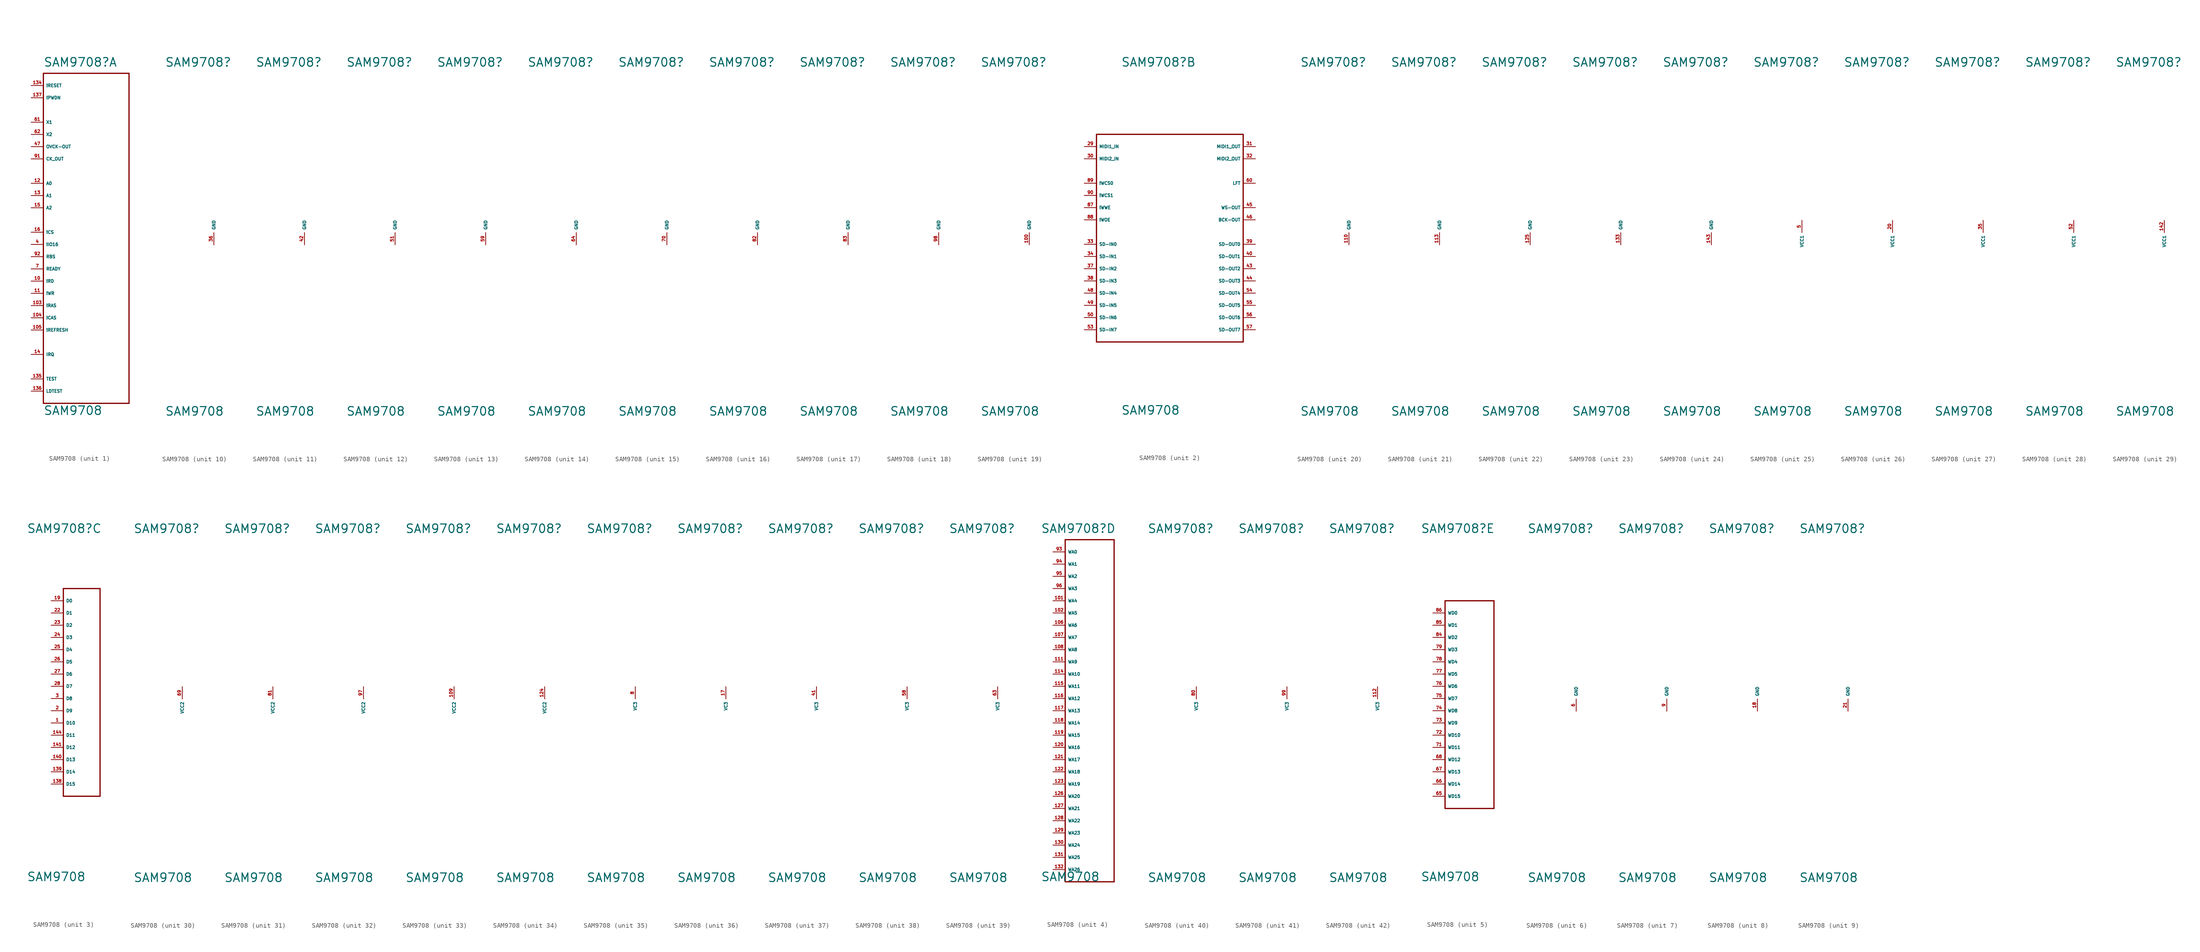
<source format=kicad_sym>
(kicad_symbol_lib
  (version 20220914)
  (generator Eagle2Kicad)
  (symbol "SAM9708"
    (property "Reference" "SAM9708"
      (at -10.16 34.29 0)
      (effects (font (size 1.778 1.778) (thickness 0.22)) (justify left bottom)))
    (property "Value" "SAM9708"
      (at -10.16 -38.1 0)
      (effects (font (size 1.778 1.778) (thickness 0.22)) (justify left bottom)))
    (symbol "SAM9708_1_0"
      (polyline (pts (xy -10.16 33.02) (xy 7.62 33.02)) (stroke (width 0.254) (type default)) (fill (type none)))
      (polyline (pts (xy 7.62 33.02) (xy 7.62 -35.56)) (stroke (width 0.254) (type default)) (fill (type none)))
      (polyline (pts (xy 7.62 -35.56) (xy -10.16 -35.56)) (stroke (width 0.254) (type default)) (fill (type none)))
      (polyline (pts (xy -10.16 -35.56) (xy -10.16 33.02)) (stroke (width 0.254) (type default)) (fill (type none)))
      (pin tri_state line (at -12.7 -7.62 0) (length 2.54) (name "READY" (effects (font (size 0.635 0.635) (thickness 0.08)) (justify left bottom))) (number "7" (effects (font (size 0.635 0.635) (thickness 0.08)) (justify left bottom))))
      (pin input line (at -12.7 -10.16 0) (length 2.54) (name "!RD" (effects (font (size 0.635 0.635) (thickness 0.08)) (justify left bottom))) (number "10" (effects (font (size 0.635 0.635) (thickness 0.08)) (justify left bottom))))
      (pin input line (at -12.7 -12.7 0) (length 2.54) (name "!WR" (effects (font (size 0.635 0.635) (thickness 0.08)) (justify left bottom))) (number "11" (effects (font (size 0.635 0.635) (thickness 0.08)) (justify left bottom))))
      (pin tri_state line (at -12.7 -25.4 0) (length 2.54) (name "IRQ" (effects (font (size 0.635 0.635) (thickness 0.08)) (justify left bottom))) (number "14" (effects (font (size 0.635 0.635) (thickness 0.08)) (justify left bottom))))
      (pin input line (at -12.7 0 0) (length 2.54) (name "!CS" (effects (font (size 0.635 0.635) (thickness 0.08)) (justify left bottom))) (number "16" (effects (font (size 0.635 0.635) (thickness 0.08)) (justify left bottom))))
      (pin output line (at -12.7 17.78 0) (length 2.54) (name "OVCK-OUT" (effects (font (size 0.635 0.635) (thickness 0.08)) (justify left bottom))) (number "47" (effects (font (size 0.635 0.635) (thickness 0.08)) (justify left bottom))))
      (pin output line (at -12.7 22.86 0) (length 2.54) (name "X1" (effects (font (size 0.635 0.635) (thickness 0.08)) (justify left bottom))) (number "61" (effects (font (size 0.635 0.635) (thickness 0.08)) (justify left bottom))))
      (pin input line (at -12.7 20.32 0) (length 2.54) (name "X2" (effects (font (size 0.635 0.635) (thickness 0.08)) (justify left bottom))) (number "62" (effects (font (size 0.635 0.635) (thickness 0.08)) (justify left bottom))))
      (pin input line (at -12.7 30.48 0) (length 2.54) (name "!RESET" (effects (font (size 0.635 0.635) (thickness 0.08)) (justify left bottom))) (number "134" (effects (font (size 0.635 0.635) (thickness 0.08)) (justify left bottom))))
      (pin input line (at -12.7 -30.48 0) (length 2.54) (name "TEST" (effects (font (size 0.635 0.635) (thickness 0.08)) (justify left bottom))) (number "135" (effects (font (size 0.635 0.635) (thickness 0.08)) (justify left bottom))))
      (pin input line (at -12.7 -33.02 0) (length 2.54) (name "LDTEST" (effects (font (size 0.635 0.635) (thickness 0.08)) (justify left bottom))) (number "136" (effects (font (size 0.635 0.635) (thickness 0.08)) (justify left bottom))))
      (pin input line (at -12.7 27.94 0) (length 2.54) (name "!PWDN" (effects (font (size 0.635 0.635) (thickness 0.08)) (justify left bottom))) (number "137" (effects (font (size 0.635 0.635) (thickness 0.08)) (justify left bottom))))
      (pin tri_state line (at -12.7 -2.54 0) (length 2.54) (name "!IO16" (effects (font (size 0.635 0.635) (thickness 0.08)) (justify left bottom))) (number "4" (effects (font (size 0.635 0.635) (thickness 0.08)) (justify left bottom))))
      (pin bidirectional line (at -12.7 -15.24 0) (length 2.54) (name "!RAS" (effects (font (size 0.635 0.635) (thickness 0.08)) (justify left bottom))) (number "103" (effects (font (size 0.635 0.635) (thickness 0.08)) (justify left bottom))))
      (pin bidirectional line (at -12.7 -17.78 0) (length 2.54) (name "!CAS" (effects (font (size 0.635 0.635) (thickness 0.08)) (justify left bottom))) (number "104" (effects (font (size 0.635 0.635) (thickness 0.08)) (justify left bottom))))
      (pin bidirectional line (at -12.7 -20.32 0) (length 2.54) (name "!REFRESH" (effects (font (size 0.635 0.635) (thickness 0.08)) (justify left bottom))) (number "105" (effects (font (size 0.635 0.635) (thickness 0.08)) (justify left bottom))))
      (pin output line (at -12.7 -5.08 0) (length 2.54) (name "RBS" (effects (font (size 0.635 0.635) (thickness 0.08)) (justify left bottom))) (number "92" (effects (font (size 0.635 0.635) (thickness 0.08)) (justify left bottom))))
      (pin output line (at -12.7 15.24 0) (length 2.54) (name "CK_OUT" (effects (font (size 0.635 0.635) (thickness 0.08)) (justify left bottom))) (number "91" (effects (font (size 0.635 0.635) (thickness 0.08)) (justify left bottom))))
      (pin input line (at -12.7 10.16 0) (length 2.54) (name "A0" (effects (font (size 0.635 0.635) (thickness 0.08)) (justify left bottom))) (number "12" (effects (font (size 0.635 0.635) (thickness 0.08)) (justify left bottom))))
      (pin input line (at -12.7 7.62 0) (length 2.54) (name "A1" (effects (font (size 0.635 0.635) (thickness 0.08)) (justify left bottom))) (number "13" (effects (font (size 0.635 0.635) (thickness 0.08)) (justify left bottom))))
      (pin input line (at -12.7 5.08 0) (length 2.54) (name "A2" (effects (font (size 0.635 0.635) (thickness 0.08)) (justify left bottom))) (number "15" (effects (font (size 0.635 0.635) (thickness 0.08)) (justify left bottom)))))
    (symbol "SAM9708_2_0"
      (polyline (pts (xy -15.24 20.32) (xy 15.24 20.32)) (stroke (width 0.254) (type default)) (fill (type none)))
      (polyline (pts (xy 15.24 20.32) (xy 15.24 -22.86)) (stroke (width 0.254) (type default)) (fill (type none)))
      (polyline (pts (xy 15.24 -22.86) (xy -15.24 -22.86)) (stroke (width 0.254) (type default)) (fill (type none)))
      (polyline (pts (xy -15.24 -22.86) (xy -15.24 20.32)) (stroke (width 0.254) (type default)) (fill (type none)))
      (pin input line (at 17.78 17.78 180) (length 2.54) (name "MIDI1_OUT" (effects (font (size 0.635 0.635) (thickness 0.08)) (justify left bottom))) (number "31" (effects (font (size 0.635 0.635) (thickness 0.08)) (justify left bottom))))
      (pin input line (at 17.78 15.24 180) (length 2.54) (name "MIDI2_OUT" (effects (font (size 0.635 0.635) (thickness 0.08)) (justify left bottom))) (number "32" (effects (font (size 0.635 0.635) (thickness 0.08)) (justify left bottom))))
      (pin input line (at -17.78 17.78 0) (length 2.54) (name "MIDI1_IN" (effects (font (size 0.635 0.635) (thickness 0.08)) (justify left bottom))) (number "29" (effects (font (size 0.635 0.635) (thickness 0.08)) (justify left bottom))))
      (pin input line (at -17.78 15.24 0) (length 2.54) (name "MIDI2_IN" (effects (font (size 0.635 0.635) (thickness 0.08)) (justify left bottom))) (number "30" (effects (font (size 0.635 0.635) (thickness 0.08)) (justify left bottom))))
      (pin bidirectional line (at -17.78 -2.54 0) (length 2.54) (name "SD-IN0" (effects (font (size 0.635 0.635) (thickness 0.08)) (justify left bottom))) (number "33" (effects (font (size 0.635 0.635) (thickness 0.08)) (justify left bottom))))
      (pin bidirectional line (at -17.78 -5.08 0) (length 2.54) (name "SD-IN1" (effects (font (size 0.635 0.635) (thickness 0.08)) (justify left bottom))) (number "34" (effects (font (size 0.635 0.635) (thickness 0.08)) (justify left bottom))))
      (pin bidirectional line (at -17.78 -7.62 0) (length 2.54) (name "SD-IN2" (effects (font (size 0.635 0.635) (thickness 0.08)) (justify left bottom))) (number "37" (effects (font (size 0.635 0.635) (thickness 0.08)) (justify left bottom))))
      (pin bidirectional line (at -17.78 -10.16 0) (length 2.54) (name "SD-IN3" (effects (font (size 0.635 0.635) (thickness 0.08)) (justify left bottom))) (number "38" (effects (font (size 0.635 0.635) (thickness 0.08)) (justify left bottom))))
      (pin output line (at 17.78 -2.54 180) (length 2.54) (name "SD-OUT0" (effects (font (size 0.635 0.635) (thickness 0.08)) (justify left bottom))) (number "39" (effects (font (size 0.635 0.635) (thickness 0.08)) (justify left bottom))))
      (pin output line (at 17.78 -5.08 180) (length 2.54) (name "SD-OUT1" (effects (font (size 0.635 0.635) (thickness 0.08)) (justify left bottom))) (number "40" (effects (font (size 0.635 0.635) (thickness 0.08)) (justify left bottom))))
      (pin output line (at 17.78 -7.62 180) (length 2.54) (name "SD-OUT2" (effects (font (size 0.635 0.635) (thickness 0.08)) (justify left bottom))) (number "43" (effects (font (size 0.635 0.635) (thickness 0.08)) (justify left bottom))))
      (pin output line (at 17.78 -10.16 180) (length 2.54) (name "SD-OUT3" (effects (font (size 0.635 0.635) (thickness 0.08)) (justify left bottom))) (number "44" (effects (font (size 0.635 0.635) (thickness 0.08)) (justify left bottom))))
      (pin output line (at 17.78 5.08 180) (length 2.54) (name "WS-OUT" (effects (font (size 0.635 0.635) (thickness 0.08)) (justify left bottom))) (number "45" (effects (font (size 0.635 0.635) (thickness 0.08)) (justify left bottom))))
      (pin output line (at 17.78 2.54 180) (length 2.54) (name "BCK-OUT" (effects (font (size 0.635 0.635) (thickness 0.08)) (justify left bottom))) (number "46" (effects (font (size 0.635 0.635) (thickness 0.08)) (justify left bottom))))
      (pin bidirectional line (at -17.78 -12.7 0) (length 2.54) (name "SD-IN4" (effects (font (size 0.635 0.635) (thickness 0.08)) (justify left bottom))) (number "48" (effects (font (size 0.635 0.635) (thickness 0.08)) (justify left bottom))))
      (pin bidirectional line (at -17.78 -15.24 0) (length 2.54) (name "SD-IN5" (effects (font (size 0.635 0.635) (thickness 0.08)) (justify left bottom))) (number "49" (effects (font (size 0.635 0.635) (thickness 0.08)) (justify left bottom))))
      (pin bidirectional line (at -17.78 -17.78 0) (length 2.54) (name "SD-IN6" (effects (font (size 0.635 0.635) (thickness 0.08)) (justify left bottom))) (number "50" (effects (font (size 0.635 0.635) (thickness 0.08)) (justify left bottom))))
      (pin bidirectional line (at -17.78 -20.32 0) (length 2.54) (name "SD-IN7" (effects (font (size 0.635 0.635) (thickness 0.08)) (justify left bottom))) (number "53" (effects (font (size 0.635 0.635) (thickness 0.08)) (justify left bottom))))
      (pin output line (at 17.78 -12.7 180) (length 2.54) (name "SD-OUT4" (effects (font (size 0.635 0.635) (thickness 0.08)) (justify left bottom))) (number "54" (effects (font (size 0.635 0.635) (thickness 0.08)) (justify left bottom))))
      (pin output line (at 17.78 -15.24 180) (length 2.54) (name "SD-OUT5" (effects (font (size 0.635 0.635) (thickness 0.08)) (justify left bottom))) (number "55" (effects (font (size 0.635 0.635) (thickness 0.08)) (justify left bottom))))
      (pin output line (at 17.78 -17.78 180) (length 2.54) (name "SD-OUT6" (effects (font (size 0.635 0.635) (thickness 0.08)) (justify left bottom))) (number "56" (effects (font (size 0.635 0.635) (thickness 0.08)) (justify left bottom))))
      (pin output line (at 17.78 -20.32 180) (length 2.54) (name "SD-OUT7" (effects (font (size 0.635 0.635) (thickness 0.08)) (justify left bottom))) (number "57" (effects (font (size 0.635 0.635) (thickness 0.08)) (justify left bottom))))
      (pin passive line (at 17.78 10.16 180) (length 2.54) (name "LFT" (effects (font (size 0.635 0.635) (thickness 0.08)) (justify left bottom))) (number "60" (effects (font (size 0.635 0.635) (thickness 0.08)) (justify left bottom))))
      (pin output line (at -17.78 10.16 0) (length 2.54) (name "!WCS0" (effects (font (size 0.635 0.635) (thickness 0.08)) (justify left bottom))) (number "89" (effects (font (size 0.635 0.635) (thickness 0.08)) (justify left bottom))))
      (pin output line (at -17.78 7.62 0) (length 2.54) (name "!WCS1" (effects (font (size 0.635 0.635) (thickness 0.08)) (justify left bottom))) (number "90" (effects (font (size 0.635 0.635) (thickness 0.08)) (justify left bottom))))
      (pin output line (at -17.78 5.08 0) (length 2.54) (name "!WWE" (effects (font (size 0.635 0.635) (thickness 0.08)) (justify left bottom))) (number "87" (effects (font (size 0.635 0.635) (thickness 0.08)) (justify left bottom))))
      (pin output line (at -17.78 2.54 0) (length 2.54) (name "!WOE" (effects (font (size 0.635 0.635) (thickness 0.08)) (justify left bottom))) (number "88" (effects (font (size 0.635 0.635) (thickness 0.08)) (justify left bottom)))))
    (symbol "SAM9708_3_0"
      (polyline (pts (xy -2.54 22.86) (xy 5.08 22.86)) (stroke (width 0.254) (type default)) (fill (type none)))
      (polyline (pts (xy 5.08 22.86) (xy 5.08 -20.32)) (stroke (width 0.254) (type default)) (fill (type none)))
      (polyline (pts (xy 5.08 -20.32) (xy -2.54 -20.32)) (stroke (width 0.254) (type default)) (fill (type none)))
      (polyline (pts (xy -2.54 -20.32) (xy -2.54 22.86)) (stroke (width 0.254) (type default)) (fill (type none)))
      (pin tri_state line (at -5.08 20.32 0) (length 2.54) (name "D0" (effects (font (size 0.635 0.635) (thickness 0.08)) (justify left bottom))) (number "19" (effects (font (size 0.635 0.635) (thickness 0.08)) (justify left bottom))))
      (pin tri_state line (at -5.08 17.78 0) (length 2.54) (name "D1" (effects (font (size 0.635 0.635) (thickness 0.08)) (justify left bottom))) (number "22" (effects (font (size 0.635 0.635) (thickness 0.08)) (justify left bottom))))
      (pin tri_state line (at -5.08 15.24 0) (length 2.54) (name "D2" (effects (font (size 0.635 0.635) (thickness 0.08)) (justify left bottom))) (number "23" (effects (font (size 0.635 0.635) (thickness 0.08)) (justify left bottom))))
      (pin tri_state line (at -5.08 12.7 0) (length 2.54) (name "D3" (effects (font (size 0.635 0.635) (thickness 0.08)) (justify left bottom))) (number "24" (effects (font (size 0.635 0.635) (thickness 0.08)) (justify left bottom))))
      (pin tri_state line (at -5.08 10.16 0) (length 2.54) (name "D4" (effects (font (size 0.635 0.635) (thickness 0.08)) (justify left bottom))) (number "25" (effects (font (size 0.635 0.635) (thickness 0.08)) (justify left bottom))))
      (pin tri_state line (at -5.08 7.62 0) (length 2.54) (name "D5" (effects (font (size 0.635 0.635) (thickness 0.08)) (justify left bottom))) (number "26" (effects (font (size 0.635 0.635) (thickness 0.08)) (justify left bottom))))
      (pin tri_state line (at -5.08 5.08 0) (length 2.54) (name "D6" (effects (font (size 0.635 0.635) (thickness 0.08)) (justify left bottom))) (number "27" (effects (font (size 0.635 0.635) (thickness 0.08)) (justify left bottom))))
      (pin tri_state line (at -5.08 2.54 0) (length 2.54) (name "D7" (effects (font (size 0.635 0.635) (thickness 0.08)) (justify left bottom))) (number "28" (effects (font (size 0.635 0.635) (thickness 0.08)) (justify left bottom))))
      (pin tri_state line (at -5.08 0 0) (length 2.54) (name "D8" (effects (font (size 0.635 0.635) (thickness 0.08)) (justify left bottom))) (number "3" (effects (font (size 0.635 0.635) (thickness 0.08)) (justify left bottom))))
      (pin tri_state line (at -5.08 -2.54 0) (length 2.54) (name "D9" (effects (font (size 0.635 0.635) (thickness 0.08)) (justify left bottom))) (number "2" (effects (font (size 0.635 0.635) (thickness 0.08)) (justify left bottom))))
      (pin tri_state line (at -5.08 -5.08 0) (length 2.54) (name "D10" (effects (font (size 0.635 0.635) (thickness 0.08)) (justify left bottom))) (number "1" (effects (font (size 0.635 0.635) (thickness 0.08)) (justify left bottom))))
      (pin tri_state line (at -5.08 -7.62 0) (length 2.54) (name "D11" (effects (font (size 0.635 0.635) (thickness 0.08)) (justify left bottom))) (number "144" (effects (font (size 0.635 0.635) (thickness 0.08)) (justify left bottom))))
      (pin tri_state line (at -5.08 -10.16 0) (length 2.54) (name "D12" (effects (font (size 0.635 0.635) (thickness 0.08)) (justify left bottom))) (number "141" (effects (font (size 0.635 0.635) (thickness 0.08)) (justify left bottom))))
      (pin tri_state line (at -5.08 -12.7 0) (length 2.54) (name "D13" (effects (font (size 0.635 0.635) (thickness 0.08)) (justify left bottom))) (number "140" (effects (font (size 0.635 0.635) (thickness 0.08)) (justify left bottom))))
      (pin tri_state line (at -5.08 -15.24 0) (length 2.54) (name "D14" (effects (font (size 0.635 0.635) (thickness 0.08)) (justify left bottom))) (number "139" (effects (font (size 0.635 0.635) (thickness 0.08)) (justify left bottom))))
      (pin tri_state line (at -5.08 -17.78 0) (length 2.54) (name "D15" (effects (font (size 0.635 0.635) (thickness 0.08)) (justify left bottom))) (number "138" (effects (font (size 0.635 0.635) (thickness 0.08)) (justify left bottom)))))
    (symbol "SAM9708_4_0"
      (polyline (pts (xy -5.08 33.02) (xy 5.08 33.02)) (stroke (width 0.254) (type default)) (fill (type none)))
      (polyline (pts (xy 5.08 33.02) (xy 5.08 -38.1)) (stroke (width 0.254) (type default)) (fill (type none)))
      (polyline (pts (xy 5.08 -38.1) (xy -5.08 -38.1)) (stroke (width 0.254) (type default)) (fill (type none)))
      (polyline (pts (xy -5.08 -38.1) (xy -5.08 33.02)) (stroke (width 0.254) (type default)) (fill (type none)))
      (pin output line (at -7.62 30.48 0) (length 2.54) (name "WA0" (effects (font (size 0.635 0.635) (thickness 0.08)) (justify left bottom))) (number "93" (effects (font (size 0.635 0.635) (thickness 0.08)) (justify left bottom))))
      (pin output line (at -7.62 27.94 0) (length 2.54) (name "WA1" (effects (font (size 0.635 0.635) (thickness 0.08)) (justify left bottom))) (number "94" (effects (font (size 0.635 0.635) (thickness 0.08)) (justify left bottom))))
      (pin output line (at -7.62 25.4 0) (length 2.54) (name "WA2" (effects (font (size 0.635 0.635) (thickness 0.08)) (justify left bottom))) (number "95" (effects (font (size 0.635 0.635) (thickness 0.08)) (justify left bottom))))
      (pin output line (at -7.62 22.86 0) (length 2.54) (name "WA3" (effects (font (size 0.635 0.635) (thickness 0.08)) (justify left bottom))) (number "96" (effects (font (size 0.635 0.635) (thickness 0.08)) (justify left bottom))))
      (pin output line (at -7.62 20.32 0) (length 2.54) (name "WA4" (effects (font (size 0.635 0.635) (thickness 0.08)) (justify left bottom))) (number "101" (effects (font (size 0.635 0.635) (thickness 0.08)) (justify left bottom))))
      (pin output line (at -7.62 17.78 0) (length 2.54) (name "WA5" (effects (font (size 0.635 0.635) (thickness 0.08)) (justify left bottom))) (number "102" (effects (font (size 0.635 0.635) (thickness 0.08)) (justify left bottom))))
      (pin output line (at -7.62 15.24 0) (length 2.54) (name "WA6" (effects (font (size 0.635 0.635) (thickness 0.08)) (justify left bottom))) (number "106" (effects (font (size 0.635 0.635) (thickness 0.08)) (justify left bottom))))
      (pin output line (at -7.62 12.7 0) (length 2.54) (name "WA7" (effects (font (size 0.635 0.635) (thickness 0.08)) (justify left bottom))) (number "107" (effects (font (size 0.635 0.635) (thickness 0.08)) (justify left bottom))))
      (pin output line (at -7.62 10.16 0) (length 2.54) (name "WA8" (effects (font (size 0.635 0.635) (thickness 0.08)) (justify left bottom))) (number "108" (effects (font (size 0.635 0.635) (thickness 0.08)) (justify left bottom))))
      (pin output line (at -7.62 7.62 0) (length 2.54) (name "WA9" (effects (font (size 0.635 0.635) (thickness 0.08)) (justify left bottom))) (number "111" (effects (font (size 0.635 0.635) (thickness 0.08)) (justify left bottom))))
      (pin output line (at -7.62 5.08 0) (length 2.54) (name "WA10" (effects (font (size 0.635 0.635) (thickness 0.08)) (justify left bottom))) (number "114" (effects (font (size 0.635 0.635) (thickness 0.08)) (justify left bottom))))
      (pin output line (at -7.62 2.54 0) (length 2.54) (name "WA11" (effects (font (size 0.635 0.635) (thickness 0.08)) (justify left bottom))) (number "115" (effects (font (size 0.635 0.635) (thickness 0.08)) (justify left bottom))))
      (pin output line (at -7.62 0 0) (length 2.54) (name "WA12" (effects (font (size 0.635 0.635) (thickness 0.08)) (justify left bottom))) (number "116" (effects (font (size 0.635 0.635) (thickness 0.08)) (justify left bottom))))
      (pin output line (at -7.62 -2.54 0) (length 2.54) (name "WA13" (effects (font (size 0.635 0.635) (thickness 0.08)) (justify left bottom))) (number "117" (effects (font (size 0.635 0.635) (thickness 0.08)) (justify left bottom))))
      (pin output line (at -7.62 -5.08 0) (length 2.54) (name "WA14" (effects (font (size 0.635 0.635) (thickness 0.08)) (justify left bottom))) (number "118" (effects (font (size 0.635 0.635) (thickness 0.08)) (justify left bottom))))
      (pin output line (at -7.62 -7.62 0) (length 2.54) (name "WA15" (effects (font (size 0.635 0.635) (thickness 0.08)) (justify left bottom))) (number "119" (effects (font (size 0.635 0.635) (thickness 0.08)) (justify left bottom))))
      (pin output line (at -7.62 -10.16 0) (length 2.54) (name "WA16" (effects (font (size 0.635 0.635) (thickness 0.08)) (justify left bottom))) (number "120" (effects (font (size 0.635 0.635) (thickness 0.08)) (justify left bottom))))
      (pin output line (at -7.62 -12.7 0) (length 2.54) (name "WA17" (effects (font (size 0.635 0.635) (thickness 0.08)) (justify left bottom))) (number "121" (effects (font (size 0.635 0.635) (thickness 0.08)) (justify left bottom))))
      (pin output line (at -7.62 -15.24 0) (length 2.54) (name "WA18" (effects (font (size 0.635 0.635) (thickness 0.08)) (justify left bottom))) (number "122" (effects (font (size 0.635 0.635) (thickness 0.08)) (justify left bottom))))
      (pin output line (at -7.62 -17.78 0) (length 2.54) (name "WA19" (effects (font (size 0.635 0.635) (thickness 0.08)) (justify left bottom))) (number "123" (effects (font (size 0.635 0.635) (thickness 0.08)) (justify left bottom))))
      (pin output line (at -7.62 -20.32 0) (length 2.54) (name "WA20" (effects (font (size 0.635 0.635) (thickness 0.08)) (justify left bottom))) (number "126" (effects (font (size 0.635 0.635) (thickness 0.08)) (justify left bottom))))
      (pin output line (at -7.62 -22.86 0) (length 2.54) (name "WA21" (effects (font (size 0.635 0.635) (thickness 0.08)) (justify left bottom))) (number "127" (effects (font (size 0.635 0.635) (thickness 0.08)) (justify left bottom))))
      (pin output line (at -7.62 -25.4 0) (length 2.54) (name "WA22" (effects (font (size 0.635 0.635) (thickness 0.08)) (justify left bottom))) (number "128" (effects (font (size 0.635 0.635) (thickness 0.08)) (justify left bottom))))
      (pin output line (at -7.62 -27.94 0) (length 2.54) (name "WA23" (effects (font (size 0.635 0.635) (thickness 0.08)) (justify left bottom))) (number "129" (effects (font (size 0.635 0.635) (thickness 0.08)) (justify left bottom))))
      (pin output line (at -7.62 -30.48 0) (length 2.54) (name "WA24" (effects (font (size 0.635 0.635) (thickness 0.08)) (justify left bottom))) (number "130" (effects (font (size 0.635 0.635) (thickness 0.08)) (justify left bottom))))
      (pin output line (at -7.62 -33.02 0) (length 2.54) (name "WA25" (effects (font (size 0.635 0.635) (thickness 0.08)) (justify left bottom))) (number "131" (effects (font (size 0.635 0.635) (thickness 0.08)) (justify left bottom))))
      (pin output line (at -7.62 -35.56 0) (length 2.54) (name "WA26" (effects (font (size 0.635 0.635) (thickness 0.08)) (justify left bottom))) (number "132" (effects (font (size 0.635 0.635) (thickness 0.08)) (justify left bottom)))))
    (symbol "SAM9708_5_0"
      (polyline (pts (xy -5.08 20.32) (xy -5.08 -22.86)) (stroke (width 0.254) (type default)) (fill (type none)))
      (polyline (pts (xy -5.08 -22.86) (xy 5.08 -22.86)) (stroke (width 0.254) (type default)) (fill (type none)))
      (polyline (pts (xy 5.08 -22.86) (xy 5.08 20.32)) (stroke (width 0.254) (type default)) (fill (type none)))
      (polyline (pts (xy 5.08 20.32) (xy -5.08 20.32)) (stroke (width 0.254) (type default)) (fill (type none)))
      (pin bidirectional line (at -7.62 17.78 0) (length 2.54) (name "WD0" (effects (font (size 0.635 0.635) (thickness 0.08)) (justify left bottom))) (number "86" (effects (font (size 0.635 0.635) (thickness 0.08)) (justify left bottom))))
      (pin bidirectional line (at -7.62 15.24 0) (length 2.54) (name "WD1" (effects (font (size 0.635 0.635) (thickness 0.08)) (justify left bottom))) (number "85" (effects (font (size 0.635 0.635) (thickness 0.08)) (justify left bottom))))
      (pin bidirectional line (at -7.62 12.7 0) (length 2.54) (name "WD2" (effects (font (size 0.635 0.635) (thickness 0.08)) (justify left bottom))) (number "84" (effects (font (size 0.635 0.635) (thickness 0.08)) (justify left bottom))))
      (pin bidirectional line (at -7.62 10.16 0) (length 2.54) (name "WD3" (effects (font (size 0.635 0.635) (thickness 0.08)) (justify left bottom))) (number "79" (effects (font (size 0.635 0.635) (thickness 0.08)) (justify left bottom))))
      (pin bidirectional line (at -7.62 7.62 0) (length 2.54) (name "WD4" (effects (font (size 0.635 0.635) (thickness 0.08)) (justify left bottom))) (number "78" (effects (font (size 0.635 0.635) (thickness 0.08)) (justify left bottom))))
      (pin bidirectional line (at -7.62 5.08 0) (length 2.54) (name "WD5" (effects (font (size 0.635 0.635) (thickness 0.08)) (justify left bottom))) (number "77" (effects (font (size 0.635 0.635) (thickness 0.08)) (justify left bottom))))
      (pin bidirectional line (at -7.62 2.54 0) (length 2.54) (name "WD6" (effects (font (size 0.635 0.635) (thickness 0.08)) (justify left bottom))) (number "76" (effects (font (size 0.635 0.635) (thickness 0.08)) (justify left bottom))))
      (pin bidirectional line (at -7.62 0 0) (length 2.54) (name "WD7" (effects (font (size 0.635 0.635) (thickness 0.08)) (justify left bottom))) (number "75" (effects (font (size 0.635 0.635) (thickness 0.08)) (justify left bottom))))
      (pin bidirectional line (at -7.62 -2.54 0) (length 2.54) (name "WD8" (effects (font (size 0.635 0.635) (thickness 0.08)) (justify left bottom))) (number "74" (effects (font (size 0.635 0.635) (thickness 0.08)) (justify left bottom))))
      (pin bidirectional line (at -7.62 -5.08 0) (length 2.54) (name "WD9" (effects (font (size 0.635 0.635) (thickness 0.08)) (justify left bottom))) (number "73" (effects (font (size 0.635 0.635) (thickness 0.08)) (justify left bottom))))
      (pin bidirectional line (at -7.62 -7.62 0) (length 2.54) (name "WD10" (effects (font (size 0.635 0.635) (thickness 0.08)) (justify left bottom))) (number "72" (effects (font (size 0.635 0.635) (thickness 0.08)) (justify left bottom))))
      (pin bidirectional line (at -7.62 -10.16 0) (length 2.54) (name "WD11" (effects (font (size 0.635 0.635) (thickness 0.08)) (justify left bottom))) (number "71" (effects (font (size 0.635 0.635) (thickness 0.08)) (justify left bottom))))
      (pin bidirectional line (at -7.62 -12.7 0) (length 2.54) (name "WD12" (effects (font (size 0.635 0.635) (thickness 0.08)) (justify left bottom))) (number "68" (effects (font (size 0.635 0.635) (thickness 0.08)) (justify left bottom))))
      (pin bidirectional line (at -7.62 -15.24 0) (length 2.54) (name "WD13" (effects (font (size 0.635 0.635) (thickness 0.08)) (justify left bottom))) (number "67" (effects (font (size 0.635 0.635) (thickness 0.08)) (justify left bottom))))
      (pin bidirectional line (at -7.62 -17.78 0) (length 2.54) (name "WD14" (effects (font (size 0.635 0.635) (thickness 0.08)) (justify left bottom))) (number "66" (effects (font (size 0.635 0.635) (thickness 0.08)) (justify left bottom))))
      (pin bidirectional line (at -7.62 -20.32 0) (length 2.54) (name "WD15" (effects (font (size 0.635 0.635) (thickness 0.08)) (justify left bottom))) (number "65" (effects (font (size 0.635 0.635) (thickness 0.08)) (justify left bottom)))))
    (symbol "SAM9708_6_0"
      (pin unspecified line (at 0 -2.54 90) (length 2.54) (name "GND" (effects (font (size 0.635 0.635) (thickness 0.08)) (justify left bottom))) (number "6" (effects (font (size 0.635 0.635) (thickness 0.08)) (justify left bottom)))))
    (symbol "SAM9708_7_0"
      (pin unspecified line (at 0 -2.54 90) (length 2.54) (name "GND" (effects (font (size 0.635 0.635) (thickness 0.08)) (justify left bottom))) (number "9" (effects (font (size 0.635 0.635) (thickness 0.08)) (justify left bottom)))))
    (symbol "SAM9708_8_0"
      (pin unspecified line (at 0 -2.54 90) (length 2.54) (name "GND" (effects (font (size 0.635 0.635) (thickness 0.08)) (justify left bottom))) (number "18" (effects (font (size 0.635 0.635) (thickness 0.08)) (justify left bottom)))))
    (symbol "SAM9708_9_0"
      (pin unspecified line (at 0 -2.54 90) (length 2.54) (name "GND" (effects (font (size 0.635 0.635) (thickness 0.08)) (justify left bottom))) (number "21" (effects (font (size 0.635 0.635) (thickness 0.08)) (justify left bottom)))))
    (symbol "SAM9708_10_0"
      (pin unspecified line (at 0 -2.54 90) (length 2.54) (name "GND" (effects (font (size 0.635 0.635) (thickness 0.08)) (justify left bottom))) (number "36" (effects (font (size 0.635 0.635) (thickness 0.08)) (justify left bottom)))))
    (symbol "SAM9708_11_0"
      (pin unspecified line (at 0 -2.54 90) (length 2.54) (name "GND" (effects (font (size 0.635 0.635) (thickness 0.08)) (justify left bottom))) (number "42" (effects (font (size 0.635 0.635) (thickness 0.08)) (justify left bottom)))))
    (symbol "SAM9708_12_0"
      (pin unspecified line (at 0 -2.54 90) (length 2.54) (name "GND" (effects (font (size 0.635 0.635) (thickness 0.08)) (justify left bottom))) (number "51" (effects (font (size 0.635 0.635) (thickness 0.08)) (justify left bottom)))))
    (symbol "SAM9708_13_0"
      (pin unspecified line (at 0 -2.54 90) (length 2.54) (name "GND" (effects (font (size 0.635 0.635) (thickness 0.08)) (justify left bottom))) (number "59" (effects (font (size 0.635 0.635) (thickness 0.08)) (justify left bottom)))))
    (symbol "SAM9708_14_0"
      (pin unspecified line (at 0 -2.54 90) (length 2.54) (name "GND" (effects (font (size 0.635 0.635) (thickness 0.08)) (justify left bottom))) (number "64" (effects (font (size 0.635 0.635) (thickness 0.08)) (justify left bottom)))))
    (symbol "SAM9708_15_0"
      (pin unspecified line (at 0 -2.54 90) (length 2.54) (name "GND" (effects (font (size 0.635 0.635) (thickness 0.08)) (justify left bottom))) (number "70" (effects (font (size 0.635 0.635) (thickness 0.08)) (justify left bottom)))))
    (symbol "SAM9708_16_0"
      (pin unspecified line (at 0 -2.54 90) (length 2.54) (name "GND" (effects (font (size 0.635 0.635) (thickness 0.08)) (justify left bottom))) (number "82" (effects (font (size 0.635 0.635) (thickness 0.08)) (justify left bottom)))))
    (symbol "SAM9708_17_0"
      (pin unspecified line (at 0 -2.54 90) (length 2.54) (name "GND" (effects (font (size 0.635 0.635) (thickness 0.08)) (justify left bottom))) (number "83" (effects (font (size 0.635 0.635) (thickness 0.08)) (justify left bottom)))))
    (symbol "SAM9708_18_0"
      (pin unspecified line (at 0 -2.54 90) (length 2.54) (name "GND" (effects (font (size 0.635 0.635) (thickness 0.08)) (justify left bottom))) (number "98" (effects (font (size 0.635 0.635) (thickness 0.08)) (justify left bottom)))))
    (symbol "SAM9708_19_0"
      (pin unspecified line (at 0 -2.54 90) (length 2.54) (name "GND" (effects (font (size 0.635 0.635) (thickness 0.08)) (justify left bottom))) (number "100" (effects (font (size 0.635 0.635) (thickness 0.08)) (justify left bottom)))))
    (symbol "SAM9708_20_0"
      (pin unspecified line (at 0 -2.54 90) (length 2.54) (name "GND" (effects (font (size 0.635 0.635) (thickness 0.08)) (justify left bottom))) (number "110" (effects (font (size 0.635 0.635) (thickness 0.08)) (justify left bottom)))))
    (symbol "SAM9708_21_0"
      (pin unspecified line (at 0 -2.54 90) (length 2.54) (name "GND" (effects (font (size 0.635 0.635) (thickness 0.08)) (justify left bottom))) (number "113" (effects (font (size 0.635 0.635) (thickness 0.08)) (justify left bottom)))))
    (symbol "SAM9708_22_0"
      (pin unspecified line (at 0 -2.54 90) (length 2.54) (name "GND" (effects (font (size 0.635 0.635) (thickness 0.08)) (justify left bottom))) (number "125" (effects (font (size 0.635 0.635) (thickness 0.08)) (justify left bottom)))))
    (symbol "SAM9708_23_0"
      (pin unspecified line (at 0 -2.54 90) (length 2.54) (name "GND" (effects (font (size 0.635 0.635) (thickness 0.08)) (justify left bottom))) (number "133" (effects (font (size 0.635 0.635) (thickness 0.08)) (justify left bottom)))))
    (symbol "SAM9708_24_0"
      (pin unspecified line (at 0 -2.54 90) (length 2.54) (name "GND" (effects (font (size 0.635 0.635) (thickness 0.08)) (justify left bottom))) (number "143" (effects (font (size 0.635 0.635) (thickness 0.08)) (justify left bottom)))))
    (symbol "SAM9708_25_0"
      (pin unspecified line (at 0 2.54 270) (length 2.54) (name "VCC1" (effects (font (size 0.635 0.635) (thickness 0.08)) (justify left bottom))) (number "5" (effects (font (size 0.635 0.635) (thickness 0.08)) (justify left bottom)))))
    (symbol "SAM9708_26_0"
      (pin unspecified line (at 0 2.54 270) (length 2.54) (name "VCC1" (effects (font (size 0.635 0.635) (thickness 0.08)) (justify left bottom))) (number "20" (effects (font (size 0.635 0.635) (thickness 0.08)) (justify left bottom)))))
    (symbol "SAM9708_27_0"
      (pin unspecified line (at 0 2.54 270) (length 2.54) (name "VCC1" (effects (font (size 0.635 0.635) (thickness 0.08)) (justify left bottom))) (number "35" (effects (font (size 0.635 0.635) (thickness 0.08)) (justify left bottom)))))
    (symbol "SAM9708_28_0"
      (pin unspecified line (at 0 2.54 270) (length 2.54) (name "VCC1" (effects (font (size 0.635 0.635) (thickness 0.08)) (justify left bottom))) (number "52" (effects (font (size 0.635 0.635) (thickness 0.08)) (justify left bottom)))))
    (symbol "SAM9708_29_0"
      (pin unspecified line (at 0 2.54 270) (length 2.54) (name "VCC1" (effects (font (size 0.635 0.635) (thickness 0.08)) (justify left bottom))) (number "142" (effects (font (size 0.635 0.635) (thickness 0.08)) (justify left bottom)))))
    (symbol "SAM9708_30_0"
      (pin unspecified line (at 0 2.54 270) (length 2.54) (name "VCC2" (effects (font (size 0.635 0.635) (thickness 0.08)) (justify left bottom))) (number "69" (effects (font (size 0.635 0.635) (thickness 0.08)) (justify left bottom)))))
    (symbol "SAM9708_31_0"
      (pin unspecified line (at 0 2.54 270) (length 2.54) (name "VCC2" (effects (font (size 0.635 0.635) (thickness 0.08)) (justify left bottom))) (number "81" (effects (font (size 0.635 0.635) (thickness 0.08)) (justify left bottom)))))
    (symbol "SAM9708_32_0"
      (pin unspecified line (at 0 2.54 270) (length 2.54) (name "VCC2" (effects (font (size 0.635 0.635) (thickness 0.08)) (justify left bottom))) (number "97" (effects (font (size 0.635 0.635) (thickness 0.08)) (justify left bottom)))))
    (symbol "SAM9708_33_0"
      (pin unspecified line (at 0 2.54 270) (length 2.54) (name "VCC2" (effects (font (size 0.635 0.635) (thickness 0.08)) (justify left bottom))) (number "109" (effects (font (size 0.635 0.635) (thickness 0.08)) (justify left bottom)))))
    (symbol "SAM9708_34_0"
      (pin unspecified line (at 0 2.54 270) (length 2.54) (name "VCC2" (effects (font (size 0.635 0.635) (thickness 0.08)) (justify left bottom))) (number "124" (effects (font (size 0.635 0.635) (thickness 0.08)) (justify left bottom)))))
    (symbol "SAM9708_35_0"
      (pin unspecified line (at 0 2.54 270) (length 2.54) (name "VC3" (effects (font (size 0.635 0.635) (thickness 0.08)) (justify left bottom))) (number "8" (effects (font (size 0.635 0.635) (thickness 0.08)) (justify left bottom)))))
    (symbol "SAM9708_36_0"
      (pin unspecified line (at 0 2.54 270) (length 2.54) (name "VC3" (effects (font (size 0.635 0.635) (thickness 0.08)) (justify left bottom))) (number "17" (effects (font (size 0.635 0.635) (thickness 0.08)) (justify left bottom)))))
    (symbol "SAM9708_37_0"
      (pin unspecified line (at 0 2.54 270) (length 2.54) (name "VC3" (effects (font (size 0.635 0.635) (thickness 0.08)) (justify left bottom))) (number "41" (effects (font (size 0.635 0.635) (thickness 0.08)) (justify left bottom)))))
    (symbol "SAM9708_38_0"
      (pin unspecified line (at 0 2.54 270) (length 2.54) (name "VC3" (effects (font (size 0.635 0.635) (thickness 0.08)) (justify left bottom))) (number "58" (effects (font (size 0.635 0.635) (thickness 0.08)) (justify left bottom)))))
    (symbol "SAM9708_39_0"
      (pin unspecified line (at 0 2.54 270) (length 2.54) (name "VC3" (effects (font (size 0.635 0.635) (thickness 0.08)) (justify left bottom))) (number "63" (effects (font (size 0.635 0.635) (thickness 0.08)) (justify left bottom)))))
    (symbol "SAM9708_40_0"
      (pin unspecified line (at 0 2.54 270) (length 2.54) (name "VC3" (effects (font (size 0.635 0.635) (thickness 0.08)) (justify left bottom))) (number "80" (effects (font (size 0.635 0.635) (thickness 0.08)) (justify left bottom)))))
    (symbol "SAM9708_41_0"
      (pin unspecified line (at 0 2.54 270) (length 2.54) (name "VC3" (effects (font (size 0.635 0.635) (thickness 0.08)) (justify left bottom))) (number "99" (effects (font (size 0.635 0.635) (thickness 0.08)) (justify left bottom)))))
    (symbol "SAM9708_42_0"
      (pin unspecified line (at 0 2.54 270) (length 2.54) (name "VC3" (effects (font (size 0.635 0.635) (thickness 0.08)) (justify left bottom))) (number "112" (effects (font (size 0.635 0.635) (thickness 0.08)) (justify left bottom)))))))
</source>
